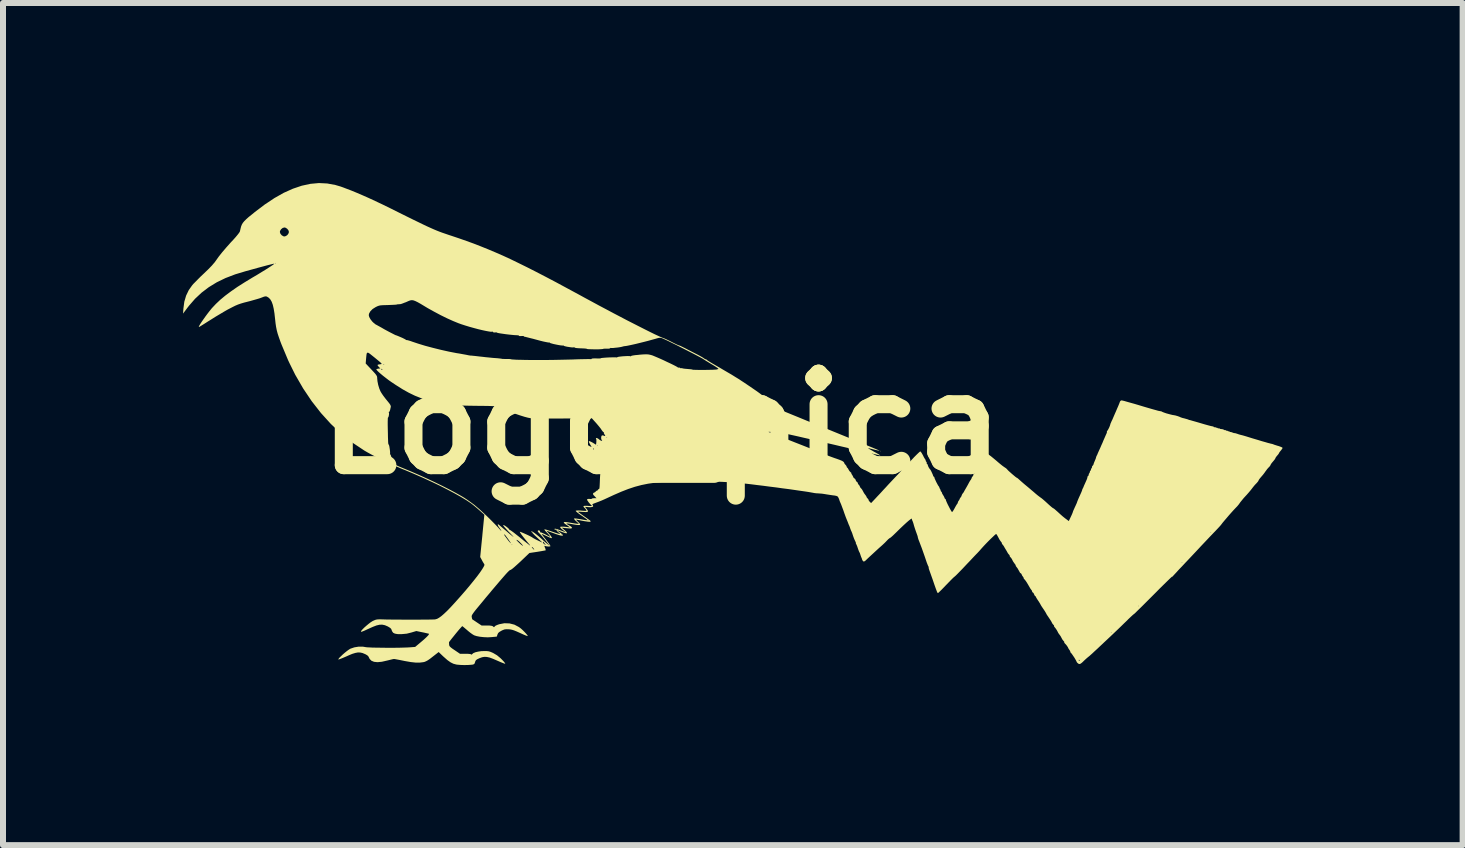
<source format=kicad_pcb>
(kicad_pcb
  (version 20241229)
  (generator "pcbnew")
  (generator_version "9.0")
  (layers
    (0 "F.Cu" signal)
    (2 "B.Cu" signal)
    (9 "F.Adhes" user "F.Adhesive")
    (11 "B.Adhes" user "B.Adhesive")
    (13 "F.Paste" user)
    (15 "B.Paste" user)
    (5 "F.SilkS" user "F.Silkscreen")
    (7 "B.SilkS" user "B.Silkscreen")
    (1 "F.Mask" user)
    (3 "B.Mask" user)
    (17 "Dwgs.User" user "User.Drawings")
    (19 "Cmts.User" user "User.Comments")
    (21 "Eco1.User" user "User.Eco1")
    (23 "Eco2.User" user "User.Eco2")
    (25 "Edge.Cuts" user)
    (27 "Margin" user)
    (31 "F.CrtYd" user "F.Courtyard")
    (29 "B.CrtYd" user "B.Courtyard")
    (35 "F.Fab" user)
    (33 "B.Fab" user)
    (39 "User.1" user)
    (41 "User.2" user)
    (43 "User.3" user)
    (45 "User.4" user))
  (footprint "Logo_pica"
    (layer "F.Cu")
    (at 7.976 4.011)
    (property "Reference" "Logo_pica" (at 0 0 0) (layer "F.SilkS") (effects (font (size 1.524 1.524) (thickness 0.3))))
    (attr board_only exclude_from_pos_files exclude_from_bom)
    (fp_poly (pts (xy 3.651 0.455) (xy 3.646 0.46) (xy 3.641 0.455) (xy 3.646 0.45)) (stroke (width 0) (type solid)) (fill yes) (layer "F.SilkS"))
    (fp_poly (pts (xy -5.574 -4.004) (xy -5.439 -3.979) (xy -5.35 -3.953) (xy -5.264 -3.921) (xy -5.177 -3.888) (xy -5.087 -3.851) (xy -4.991 -3.81) (xy -4.887 -3.764) (xy -4.775 -3.712) (xy -4.65 -3.653) (xy -4.513 -3.586) (xy -4.369 -3.514) (xy -4.25 -3.455) (xy -4.147 -3.404) (xy -4.058 -3.361) (xy -3.98 -3.323) (xy -3.913 -3.291) (xy -3.853 -3.264) (xy -3.799 -3.24) (xy -3.749 -3.219) (xy -3.701 -3.2) (xy -3.652 -3.182) (xy -3.602 -3.165) (xy -3.547 -3.146) (xy -3.504 -3.132) (xy -3.376 -3.089) (xy -3.253 -3.046) (xy -3.132 -3.002) (xy -3.014 -2.956) (xy -2.895 -2.908) (xy -2.774 -2.857) (xy -2.65 -2.803) (xy -2.522 -2.744) (xy -2.388 -2.679) (xy -2.246 -2.609) (xy -2.096 -2.533) (xy -1.934 -2.449) (xy -1.761 -2.358) (xy -1.574 -2.257) (xy -1.372 -2.148) (xy -1.281 -2.098) (xy -1.164 -2.035) (xy -1.046 -1.971) (xy -0.927 -1.908) (xy -0.809 -1.845) (xy -0.692 -1.784) (xy -0.58 -1.725) (xy -0.472 -1.67) (xy -0.37 -1.618) (xy -0.277 -1.571) (xy -0.193 -1.529) (xy -0.12 -1.493) (xy -0.059 -1.465) (xy -0.011 -1.443) (xy 0.021 -1.43) (xy 0.034 -1.426) (xy 0.046 -1.421) (xy 0.073 -1.409) (xy 0.111 -1.391) (xy 0.155 -1.369) (xy 0.168 -1.362) (xy 0.212 -1.34) (xy 0.249 -1.322) (xy 0.276 -1.31) (xy 0.289 -1.305) (xy 0.29 -1.306) (xy 0.298 -1.303) (xy 0.321 -1.293) (xy 0.355 -1.276) (xy 0.398 -1.255) (xy 0.411 -1.248) (xy 0.465 -1.22) (xy 0.521 -1.191) (xy 0.572 -1.165) (xy 0.611 -1.145) (xy 0.649 -1.124) (xy 0.682 -1.105) (xy 0.705 -1.089) (xy 0.71 -1.086) (xy 0.724 -1.075) (xy 0.73 -1.076) (xy 0.736 -1.076) (xy 0.752 -1.065) (xy 0.753 -1.063) (xy 0.768 -1.052) (xy 0.798 -1.033) (xy 0.839 -1.008) (xy 0.889 -0.979) (xy 0.944 -0.947) (xy 0.955 -0.941) (xy 1.021 -0.902) (xy 1.093 -0.86) (xy 1.165 -0.818) (xy 1.229 -0.778) (xy 1.272 -0.752) (xy 1.318 -0.722) (xy 1.37 -0.688) (xy 1.425 -0.651) (xy 1.481 -0.613) (xy 1.535 -0.576) (xy 1.586 -0.541) (xy 1.63 -0.509) (xy 1.665 -0.483) (xy 1.688 -0.465) (xy 1.698 -0.455) (xy 1.698 -0.455) (xy 1.688 -0.452) (xy 1.662 -0.448) (xy 1.625 -0.442) (xy 1.601 -0.439) (xy 1.559 -0.433) (xy 1.533 -0.429) (xy 1.522 -0.425) (xy 1.523 -0.42) (xy 1.532 -0.415) (xy 1.544 -0.409) (xy 1.574 -0.397) (xy 1.619 -0.378) (xy 1.68 -0.353) (xy 1.754 -0.323) (xy 1.841 -0.287) (xy 1.939 -0.247) (xy 2.047 -0.203) (xy 2.164 -0.155) (xy 2.289 -0.104) (xy 2.42 -0.05) (xy 2.557 0.005) (xy 2.594 0.02) (xy 2.731 0.076) (xy 2.862 0.13) (xy 2.987 0.181) (xy 3.105 0.229) (xy 3.213 0.274) (xy 3.312 0.314) (xy 3.399 0.351) (xy 3.474 0.382) (xy 3.535 0.407) (xy 3.582 0.427) (xy 3.613 0.44) (xy 3.627 0.447) (xy 3.628 0.447) (xy 3.623 0.448) (xy 3.61 0.446) (xy 3.587 0.441) (xy 3.551 0.433) (xy 3.5 0.42) (xy 3.436 0.404) (xy 3.437 0.407) (xy 3.452 0.417) (xy 3.48 0.433) (xy 3.518 0.454) (xy 3.523 0.458) (xy 3.579 0.488) (xy 3.617 0.51) (xy 3.638 0.524) (xy 3.641 0.529) (xy 3.631 0.526) (xy 3.619 0.523) (xy 3.59 0.516) (xy 3.543 0.505) (xy 3.481 0.491) (xy 3.406 0.473) (xy 3.318 0.453) (xy 3.22 0.43) (xy 3.112 0.405) (xy 2.995 0.378) (xy 2.873 0.349) (xy 2.769 0.325) (xy 2.62 0.291) (xy 2.488 0.26) (xy 2.373 0.234) (xy 2.274 0.211) (xy 2.189 0.192) (xy 2.117 0.176) (xy 2.056 0.163) (xy 2.006 0.153) (xy 1.966 0.145) (xy 1.933 0.139) (xy 1.906 0.135) (xy 1.885 0.133) (xy 1.867 0.132) (xy 1.852 0.132) (xy 1.85 0.132) (xy 1.777 0.135) (xy 2.216 0.309) (xy 2.308 0.345) (xy 2.397 0.38) (xy 2.48 0.413) (xy 2.555 0.443) (xy 2.62 0.47) (xy 2.673 0.491) (xy 2.712 0.507) (xy 2.731 0.515) (xy 2.775 0.533) (xy 2.829 0.553) (xy 2.884 0.573) (xy 2.906 0.58) (xy 2.964 0.601) (xy 3.005 0.618) (xy 3.029 0.634) (xy 3.04 0.649) (xy 3.041 0.655) (xy 3.048 0.669) (xy 3.061 0.683) (xy 3.076 0.701) (xy 3.081 0.715) (xy 3.086 0.729) (xy 3.09 0.73) (xy 3.099 0.739) (xy 3.111 0.759) (xy 3.111 0.761) (xy 3.127 0.787) (xy 3.145 0.806) (xy 3.158 0.816) (xy 3.158 0.82) (xy 3.158 0.827) (xy 3.167 0.845) (xy 3.171 0.849) (xy 3.184 0.872) (xy 3.191 0.888) (xy 3.191 0.889) (xy 3.199 0.902) (xy 3.211 0.91) (xy 3.227 0.926) (xy 3.231 0.938) (xy 3.239 0.957) (xy 3.252 0.968) (xy 3.265 0.981) (xy 3.267 0.989) (xy 3.27 1.001) (xy 3.282 1.016) (xy 3.296 1.033) (xy 3.301 1.046) (xy 3.308 1.062) (xy 3.317 1.071) (xy 3.335 1.092) (xy 3.343 1.105) (xy 3.371 1.157) (xy 3.395 1.189) (xy 3.408 1.207) (xy 3.411 1.217) (xy 3.418 1.231) (xy 3.431 1.245) (xy 3.444 1.261) (xy 3.446 1.27) (xy 3.45 1.281) (xy 3.464 1.298) (xy 3.465 1.299) (xy 3.488 1.321) (xy 3.557 1.248) (xy 3.594 1.208) (xy 3.633 1.167) (xy 3.666 1.131) (xy 3.676 1.12) (xy 3.698 1.096) (xy 3.731 1.061) (xy 3.771 1.017) (xy 3.817 0.968) (xy 3.865 0.917) (xy 3.881 0.9) (xy 3.937 0.841) (xy 3.998 0.776) (xy 4.06 0.71) (xy 4.117 0.649) (xy 4.166 0.598) (xy 4.207 0.554) (xy 4.244 0.517) (xy 4.275 0.487) (xy 4.297 0.467) (xy 4.308 0.46) (xy 4.308 0.46) (xy 4.318 0.469) (xy 4.333 0.491) (xy 4.35 0.522) (xy 4.352 0.525) (xy 4.368 0.558) (xy 4.383 0.583) (xy 4.392 0.595) (xy 4.392 0.596) (xy 4.398 0.607) (xy 4.397 0.61) (xy 4.399 0.622) (xy 4.406 0.63) (xy 4.416 0.647) (xy 4.415 0.656) (xy 4.416 0.668) (xy 4.421 0.67) (xy 4.43 0.678) (xy 4.432 0.686) (xy 4.437 0.704) (xy 4.449 0.729) (xy 4.464 0.752) (xy 4.472 0.76) (xy 4.481 0.774) (xy 4.494 0.799) (xy 4.507 0.828) (xy 4.518 0.853) (xy 4.522 0.868) (xy 4.522 0.868) (xy 4.528 0.879) (xy 4.532 0.88) (xy 4.541 0.888) (xy 4.542 0.894) (xy 4.546 0.909) (xy 4.558 0.936) (xy 4.573 0.969) (xy 4.59 1.001) (xy 4.604 1.027) (xy 4.614 1.041) (xy 4.615 1.041) (xy 4.624 1.056) (xy 4.625 1.063) (xy 4.634 1.083) (xy 4.641 1.094) (xy 4.648 1.107) (xy 4.647 1.11) (xy 4.646 1.117) (xy 4.657 1.13) (xy 4.668 1.145) (xy 4.669 1.15) (xy 4.67 1.158) (xy 4.68 1.176) (xy 4.687 1.187) (xy 4.702 1.212) (xy 4.711 1.232) (xy 4.712 1.237) (xy 4.718 1.249) (xy 4.722 1.25) (xy 4.731 1.258) (xy 4.732 1.262) (xy 4.736 1.278) (xy 4.747 1.305) (xy 4.763 1.34) (xy 4.782 1.377) (xy 4.801 1.414) (xy 4.818 1.444) (xy 4.831 1.465) (xy 4.837 1.471) (xy 4.846 1.462) (xy 4.861 1.44) (xy 4.878 1.41) (xy 4.88 1.406) (xy 4.898 1.373) (xy 4.913 1.348) (xy 4.922 1.335) (xy 4.923 1.335) (xy 4.931 1.321) (xy 4.932 1.315) (xy 4.938 1.296) (xy 4.947 1.283) (xy 4.959 1.265) (xy 4.963 1.255) (xy 4.969 1.241) (xy 4.978 1.229) (xy 4.992 1.209) (xy 4.996 1.197) (xy 5.004 1.177) (xy 5.013 1.163) (xy 5.029 1.143) (xy 5.036 1.13) (xy 5.045 1.113) (xy 5.06 1.087) (xy 5.067 1.075) (xy 5.087 1.04) (xy 5.108 1.002) (xy 5.114 0.99) (xy 5.13 0.961) (xy 5.144 0.939) (xy 5.15 0.932) (xy 5.16 0.914) (xy 5.162 0.906) (xy 5.169 0.889) (xy 5.177 0.88) (xy 5.19 0.861) (xy 5.192 0.849) (xy 5.196 0.834) (xy 5.202 0.83) (xy 5.207 0.829) (xy 5.214 0.822) (xy 5.223 0.807) (xy 5.236 0.782) (xy 5.256 0.744) (xy 5.274 0.708) (xy 5.291 0.676) (xy 5.307 0.651) (xy 5.317 0.641) (xy 5.33 0.622) (xy 5.332 0.61) (xy 5.339 0.589) (xy 5.347 0.58) (xy 5.36 0.564) (xy 5.362 0.556) (xy 5.367 0.545) (xy 5.412 0.545) (xy 5.417 0.55) (xy 5.422 0.545) (xy 5.417 0.54) (xy 5.412 0.545) (xy 5.367 0.545) (xy 5.369 0.542) (xy 5.383 0.52) (xy 5.387 0.516) (xy 5.403 0.498) (xy 5.415 0.493) (xy 5.429 0.5) (xy 5.434 0.504) (xy 5.485 0.541) (xy 5.529 0.577) (xy 5.577 0.617) (xy 5.601 0.638) (xy 5.638 0.669) (xy 5.674 0.698) (xy 5.703 0.719) (xy 5.712 0.725) (xy 5.736 0.741) (xy 5.751 0.755) (xy 5.754 0.758) (xy 5.762 0.768) (xy 5.781 0.787) (xy 5.808 0.811) (xy 5.837 0.837) (xy 5.867 0.862) (xy 5.892 0.883) (xy 5.911 0.897) (xy 5.918 0.9) (xy 5.918 0.9) (xy 5.925 0.904) (xy 5.942 0.918) (xy 5.963 0.937) (xy 5.998 0.968) (xy 6.036 1.001) (xy 6.055 1.017) (xy 6.083 1.04) (xy 6.12 1.071) (xy 6.161 1.106) (xy 6.192 1.132) (xy 6.23 1.165) (xy 6.265 1.194) (xy 6.294 1.216) (xy 6.309 1.227) (xy 6.33 1.242) (xy 6.359 1.266) (xy 6.392 1.295) (xy 6.403 1.305) (xy 6.453 1.351) (xy 6.491 1.384) (xy 6.515 1.403) (xy 6.529 1.41) (xy 6.529 1.411) (xy 6.539 1.417) (xy 6.559 1.434) (xy 6.586 1.458) (xy 6.592 1.463) (xy 6.641 1.508) (xy 6.683 1.545) (xy 6.723 1.577) (xy 6.745 1.593) (xy 6.782 1.621) (xy 6.813 1.555) (xy 6.829 1.521) (xy 6.841 1.493) (xy 6.847 1.478) (xy 6.847 1.477) (xy 6.852 1.461) (xy 6.862 1.436) (xy 6.867 1.426) (xy 6.883 1.39) (xy 6.899 1.356) (xy 6.901 1.351) (xy 6.912 1.327) (xy 6.918 1.312) (xy 6.918 1.311) (xy 6.925 1.291) (xy 6.938 1.259) (xy 6.953 1.225) (xy 6.976 1.174) (xy 6.992 1.138) (xy 7.001 1.115) (xy 7.005 1.103) (xy 7.005 1.1) (xy 7.009 1.089) (xy 7.016 1.075) (xy 7.025 1.058) (xy 7.028 1.05) (xy 7.032 1.039) (xy 7.042 1.016) (xy 7.046 1.008) (xy 7.067 0.961) (xy 7.081 0.929) (xy 7.089 0.907) (xy 7.092 0.893) (xy 7.093 0.886) (xy 7.098 0.872) (xy 7.103 0.87) (xy 7.111 0.862) (xy 7.113 0.851) (xy 7.117 0.832) (xy 7.123 0.825) (xy 7.131 0.811) (xy 7.133 0.8) (xy 7.137 0.784) (xy 7.144 0.78) (xy 7.151 0.773) (xy 7.15 0.768) (xy 7.153 0.751) (xy 7.16 0.742) (xy 7.169 0.727) (xy 7.168 0.721) (xy 7.17 0.709) (xy 7.178 0.7) (xy 7.19 0.685) (xy 7.193 0.678) (xy 7.197 0.663) (xy 7.206 0.639) (xy 7.207 0.637) (xy 7.224 0.597) (xy 7.234 0.571) (xy 7.237 0.556) (xy 7.238 0.555) (xy 7.243 0.539) (xy 7.248 0.53) (xy 7.256 0.515) (xy 7.258 0.51) (xy 7.262 0.499) (xy 7.272 0.476) (xy 7.277 0.465) (xy 7.307 0.399) (xy 7.328 0.35) (xy 7.342 0.32) (xy 7.344 0.315) (xy 7.359 0.278) (xy 7.378 0.235) (xy 7.395 0.196) (xy 7.408 0.167) (xy 7.409 0.166) (xy 7.417 0.144) (xy 7.417 0.129) (xy 7.417 0.129) (xy 7.418 0.12) (xy 7.42 0.12) (xy 7.428 0.112) (xy 7.44 0.091) (xy 7.454 0.064) (xy 7.465 0.037) (xy 7.472 0.016) (xy 7.473 0.011) (xy 7.477 -0.003) (xy 7.488 -0.027) (xy 7.494 -0.042) (xy 7.509 -0.072) (xy 7.52 -0.098) (xy 7.523 -0.105) (xy 7.532 -0.126) (xy 7.545 -0.156) (xy 7.551 -0.17) (xy 7.568 -0.208) (xy 7.586 -0.251) (xy 7.605 -0.294) (xy 7.621 -0.333) (xy 7.632 -0.362) (xy 7.636 -0.373) (xy 7.65 -0.387) (xy 7.662 -0.39) (xy 7.676 -0.387) (xy 7.707 -0.38) (xy 7.751 -0.367) (xy 7.808 -0.351) (xy 7.873 -0.333) (xy 7.944 -0.312) (xy 7.967 -0.305) (xy 8.04 -0.283) (xy 8.108 -0.263) (xy 8.167 -0.246) (xy 8.217 -0.232) (xy 8.253 -0.222) (xy 8.273 -0.216) (xy 8.275 -0.216) (xy 8.295 -0.212) (xy 8.303 -0.21) (xy 8.317 -0.209) (xy 8.317 -0.209) (xy 8.331 -0.204) (xy 8.332 -0.203) (xy 8.345 -0.196) (xy 8.371 -0.186) (xy 8.406 -0.174) (xy 8.446 -0.163) (xy 8.484 -0.153) (xy 8.515 -0.146) (xy 8.524 -0.145) (xy 8.557 -0.139) (xy 8.592 -0.129) (xy 8.623 -0.118) (xy 8.638 -0.111) (xy 8.653 -0.105) (xy 8.68 -0.096) (xy 8.703 -0.091) (xy 8.735 -0.082) (xy 8.76 -0.075) (xy 8.768 -0.072) (xy 8.787 -0.064) (xy 8.793 -0.063) (xy 8.807 -0.06) (xy 8.837 -0.051) (xy 8.88 -0.039) (xy 8.932 -0.024) (xy 8.99 -0.007) (xy 8.993 -0.006) (xy 9.051 0.011) (xy 9.102 0.025) (xy 9.143 0.036) (xy 9.172 0.042) (xy 9.185 0.044) (xy 9.186 0.044) (xy 9.193 0.046) (xy 9.194 0.05) (xy 9.201 0.058) (xy 9.208 0.057) (xy 9.224 0.057) (xy 9.229 0.061) (xy 9.241 0.066) (xy 9.244 0.065) (xy 9.256 0.067) (xy 9.259 0.071) (xy 9.273 0.077) (xy 9.28 0.076) (xy 9.292 0.076) (xy 9.294 0.079) (xy 9.302 0.085) (xy 9.323 0.088) (xy 9.324 0.088) (xy 9.351 0.092) (xy 9.369 0.101) (xy 9.381 0.107) (xy 9.384 0.105) (xy 9.39 0.104) (xy 9.399 0.11) (xy 9.411 0.117) (xy 9.414 0.115) (xy 9.42 0.114) (xy 9.429 0.12) (xy 9.441 0.127) (xy 9.444 0.125) (xy 9.45 0.124) (xy 9.459 0.13) (xy 9.471 0.138) (xy 9.474 0.137) (xy 9.482 0.137) (xy 9.502 0.143) (xy 9.509 0.146) (xy 9.531 0.154) (xy 9.543 0.156) (xy 9.544 0.156) (xy 9.552 0.156) (xy 9.573 0.162) (xy 9.586 0.166) (xy 9.617 0.177) (xy 9.643 0.184) (xy 9.649 0.186) (xy 9.668 0.19) (xy 9.7 0.199) (xy 9.734 0.209) (xy 9.84 0.242) (xy 9.928 0.268) (xy 10 0.29) (xy 10.057 0.306) (xy 10.101 0.319) (xy 10.133 0.327) (xy 10.154 0.333) (xy 10.164 0.334) (xy 10.184 0.34) (xy 10.189 0.342) (xy 10.203 0.348) (xy 10.231 0.357) (xy 10.266 0.368) (xy 10.272 0.369) (xy 10.306 0.381) (xy 10.332 0.392) (xy 10.344 0.401) (xy 10.344 0.402) (xy 10.338 0.415) (xy 10.322 0.437) (xy 10.314 0.447) (xy 10.296 0.469) (xy 10.285 0.486) (xy 10.284 0.489) (xy 10.278 0.501) (xy 10.262 0.521) (xy 10.254 0.53) (xy 10.236 0.552) (xy 10.225 0.57) (xy 10.224 0.574) (xy 10.218 0.587) (xy 10.201 0.609) (xy 10.184 0.629) (xy 10.162 0.655) (xy 10.148 0.676) (xy 10.144 0.685) (xy 10.137 0.699) (xy 10.121 0.719) (xy 10.113 0.726) (xy 10.087 0.755) (xy 10.064 0.787) (xy 10.061 0.79) (xy 10.043 0.816) (xy 10.018 0.849) (xy 9.992 0.879) (xy 9.968 0.907) (xy 9.951 0.93) (xy 9.944 0.944) (xy 9.944 0.944) (xy 9.937 0.958) (xy 9.92 0.979) (xy 9.909 0.991) (xy 9.882 1.019) (xy 9.853 1.054) (xy 9.837 1.075) (xy 9.813 1.106) (xy 9.781 1.144) (xy 9.746 1.184) (xy 9.731 1.2) (xy 9.697 1.237) (xy 9.665 1.276) (xy 9.639 1.308) (xy 9.631 1.32) (xy 9.609 1.35) (xy 9.587 1.376) (xy 9.578 1.385) (xy 9.556 1.408) (xy 9.525 1.441) (xy 9.489 1.481) (xy 9.45 1.525) (xy 9.411 1.571) (xy 9.375 1.613) (xy 9.344 1.65) (xy 9.323 1.678) (xy 9.314 1.689) (xy 9.304 1.701) (xy 9.283 1.724) (xy 9.254 1.755) (xy 9.22 1.791) (xy 9.217 1.794) (xy 9.183 1.829) (xy 9.139 1.875) (xy 9.089 1.928) (xy 9.035 1.985) (xy 8.981 2.042) (xy 8.959 2.066) (xy 8.902 2.127) (xy 8.839 2.194) (xy 8.776 2.261) (xy 8.716 2.324) (xy 8.665 2.379) (xy 8.654 2.39) (xy 8.612 2.434) (xy 8.575 2.475) (xy 8.544 2.508) (xy 8.522 2.532) (xy 8.511 2.544) (xy 8.511 2.545) (xy 8.504 2.55) (xy 8.504 2.546) (xy 8.497 2.551) (xy 8.477 2.569) (xy 8.447 2.598) (xy 8.406 2.638) (xy 8.357 2.686) (xy 8.301 2.741) (xy 8.24 2.803) (xy 8.189 2.854) (xy 8.123 2.92) (xy 8.062 2.981) (xy 8.007 3.036) (xy 7.959 3.083) (xy 7.919 3.122) (xy 7.89 3.151) (xy 7.872 3.167) (xy 7.867 3.171) (xy 7.857 3.178) (xy 7.837 3.196) (xy 7.807 3.224) (xy 7.771 3.258) (xy 7.754 3.276) (xy 7.706 3.322) (xy 7.654 3.373) (xy 7.603 3.422) (xy 7.56 3.463) (xy 7.558 3.465) (xy 7.512 3.509) (xy 7.46 3.558) (xy 7.41 3.605) (xy 7.383 3.63) (xy 7.313 3.696) (xy 7.256 3.75) (xy 7.21 3.792) (xy 7.175 3.825) (xy 7.147 3.85) (xy 7.127 3.868) (xy 7.112 3.88) (xy 7.108 3.883) (xy 7.083 3.904) (xy 7.053 3.931) (xy 7.039 3.944) (xy 7.005 3.977) (xy 6.981 3.996) (xy 6.962 4.003) (xy 6.947 4) (xy 6.935 3.992) (xy 6.919 3.977) (xy 6.913 3.967) (xy 6.908 3.954) (xy 6.899 3.938) (xy 6.946 3.938) (xy 6.948 3.942) (xy 6.957 3.951) (xy 6.958 3.952) (xy 6.963 3.944) (xy 6.963 3.942) (xy 6.955 3.932) (xy 6.952 3.932) (xy 6.946 3.938) (xy 6.899 3.938) (xy 6.894 3.929) (xy 6.876 3.898) (xy 6.855 3.867) (xy 6.836 3.839) (xy 6.821 3.82) (xy 6.815 3.814) (xy 6.807 3.805) (xy 6.808 3.802) (xy 6.805 3.789) (xy 6.794 3.77) (xy 6.793 3.769) (xy 6.779 3.749) (xy 6.773 3.737) (xy 6.773 3.737) (xy 6.767 3.724) (xy 6.753 3.702) (xy 6.736 3.68) (xy 6.72 3.663) (xy 6.715 3.658) (xy 6.706 3.647) (xy 6.707 3.642) (xy 6.706 3.636) (xy 7.313 3.636) (xy 7.318 3.641) (xy 7.323 3.636) (xy 7.318 3.631) (xy 7.313 3.636) (xy 6.706 3.636) (xy 6.705 3.63) (xy 6.696 3.62) (xy 6.679 3.6) (xy 6.671 3.587) (xy 6.645 3.538) (xy 6.62 3.504) (xy 6.607 3.486) (xy 6.602 3.476) (xy 7.483 3.476) (xy 7.488 3.481) (xy 7.493 3.476) (xy 7.488 3.471) (xy 7.483 3.476) (xy 6.602 3.476) (xy 6.594 3.46) (xy 6.58 3.435) (xy 6.563 3.41) (xy 6.548 3.391) (xy 6.543 3.386) (xy 6.536 3.375) (xy 6.537 3.372) (xy 6.535 3.36) (xy 6.526 3.35) (xy 6.509 3.33) (xy 6.502 3.317) (xy 6.495 3.302) (xy 6.485 3.285) (xy 6.471 3.263) (xy 6.449 3.23) (xy 6.435 3.209) (xy 6.417 3.183) (xy 6.406 3.163) (xy 6.403 3.156) (xy 6.397 3.146) (xy 6.384 3.124) (xy 6.37 3.103) (xy 6.343 3.063) (xy 6.325 3.036) (xy 7.943 3.036) (xy 7.948 3.041) (xy 7.953 3.036) (xy 7.948 3.031) (xy 7.943 3.036) (xy 6.325 3.036) (xy 6.325 3.036) (xy 6.314 3.017) (xy 6.307 3.004) (xy 6.306 3.001) (xy 6.296 2.985) (xy 6.28 2.959) (xy 6.266 2.939) (xy 6.248 2.911) (xy 6.236 2.89) (xy 6.232 2.881) (xy 6.226 2.871) (xy 6.223 2.871) (xy 6.214 2.863) (xy 6.204 2.842) (xy 6.204 2.841) (xy 6.194 2.82) (xy 6.183 2.811) (xy 6.183 2.811) (xy 6.173 2.803) (xy 6.172 2.797) (xy 6.166 2.778) (xy 6.159 2.769) (xy 6.145 2.751) (xy 6.132 2.729) (xy 6.107 2.686) (xy 6.084 2.647) (xy 6.063 2.616) (xy 6.048 2.596) (xy 6.042 2.591) (xy 6.033 2.583) (xy 6.032 2.577) (xy 6.026 2.558) (xy 6.019 2.549) (xy 6.004 2.528) (xy 5.998 2.513) (xy 5.989 2.496) (xy 5.981 2.491) (xy 5.97 2.483) (xy 5.962 2.468) (xy 5.928 2.408) (xy 5.907 2.381) (xy 5.897 2.367) (xy 5.897 2.361) (xy 5.898 2.355) (xy 5.887 2.341) (xy 5.869 2.316) (xy 8.663 2.316) (xy 8.668 2.321) (xy 8.673 2.316) (xy 8.668 2.311) (xy 8.663 2.316) (xy 5.869 2.316) (xy 5.853 2.293) (xy 5.834 2.255) (xy 5.819 2.232) (xy 5.808 2.222) (xy 5.798 2.208) (xy 5.797 2.201) (xy 5.795 2.189) (xy 5.786 2.18) (xy 5.769 2.16) (xy 5.761 2.146) (xy 5.749 2.124) (xy 5.733 2.097) (xy 5.732 2.096) (xy 5.717 2.071) (xy 5.706 2.052) (xy 5.706 2.051) (xy 5.695 2.033) (xy 5.679 2.013) (xy 5.667 1.998) (xy 5.667 1.991) (xy 5.667 1.991) (xy 5.667 1.985) (xy 5.657 1.971) (xy 5.643 1.953) (xy 5.628 1.931) (xy 5.611 1.899) (xy 5.597 1.873) (xy 5.584 1.85) (xy 5.573 1.837) (xy 5.572 1.836) (xy 5.563 1.841) (xy 5.543 1.858) (xy 5.515 1.885) (xy 5.48 1.918) (xy 5.443 1.955) (xy 5.405 1.994) (xy 5.369 2.032) (xy 5.338 2.066) (xy 5.321 2.085) (xy 5.294 2.116) (xy 5.266 2.146) (xy 5.257 2.156) (xy 5.242 2.171) (xy 5.215 2.199) (xy 5.179 2.237) (xy 5.137 2.282) (xy 5.09 2.331) (xy 5.057 2.366) (xy 5.01 2.416) (xy 4.967 2.46) (xy 4.93 2.498) (xy 4.901 2.527) (xy 4.882 2.544) (xy 4.876 2.549) (xy 4.866 2.557) (xy 4.845 2.577) (xy 4.815 2.607) (xy 4.778 2.645) (xy 4.738 2.686) (xy 4.697 2.729) (xy 4.661 2.766) (xy 4.631 2.795) (xy 4.611 2.814) (xy 4.602 2.821) (xy 4.598 2.819) (xy 4.593 2.813) (xy 4.586 2.799) (xy 4.577 2.775) (xy 4.563 2.738) (xy 4.545 2.687) (xy 4.531 2.646) (xy 4.513 2.593) (xy 4.494 2.54) (xy 4.477 2.492) (xy 4.468 2.467) (xy 4.456 2.433) (xy 4.448 2.406) (xy 4.447 2.391) (xy 4.447 2.391) (xy 4.446 2.38) (xy 4.444 2.379) (xy 4.438 2.369) (xy 4.428 2.344) (xy 4.414 2.308) (xy 4.405 2.281) (xy 4.38 2.207) (xy 4.355 2.136) (xy 4.332 2.071) (xy 4.311 2.016) (xy 4.295 1.974) (xy 4.289 1.958) (xy 4.277 1.928) (xy 4.269 1.902) (xy 4.268 1.898) (xy 4.263 1.873) (xy 4.259 1.861) (xy 4.24 1.808) (xy 4.239 1.806) (xy 9.144 1.806) (xy 9.149 1.811) (xy 9.154 1.806) (xy 9.149 1.801) (xy 9.144 1.806) (xy 4.239 1.806) (xy 4.22 1.751) (xy 4.203 1.698) (xy 4.196 1.671) (xy 4.186 1.639) (xy 4.176 1.614) (xy 4.171 1.605) (xy 4.167 1.591) (xy 4.169 1.586) (xy 4.168 1.581) (xy 4.159 1.582) (xy 4.144 1.591) (xy 4.117 1.612) (xy 4.078 1.646) (xy 4.03 1.69) (xy 3.973 1.744) (xy 3.91 1.806) (xy 3.882 1.833) (xy 3.852 1.862) (xy 3.826 1.885) (xy 3.809 1.899) (xy 3.804 1.901) (xy 3.793 1.908) (xy 3.772 1.925) (xy 3.75 1.948) (xy 3.717 1.982) (xy 3.681 2.016) (xy 3.661 2.034) (xy 3.62 2.07) (xy 3.571 2.115) (xy 3.519 2.163) (xy 3.468 2.21) (xy 3.425 2.25) (xy 3.418 2.257) (xy 3.392 2.282) (xy 3.375 2.293) (xy 3.364 2.295) (xy 3.355 2.289) (xy 3.341 2.27) (xy 3.338 2.26) (xy 3.332 2.24) (xy 3.33 2.236) (xy 3.323 2.221) (xy 3.314 2.195) (xy 3.311 2.186) (xy 3.302 2.158) (xy 3.293 2.139) (xy 3.291 2.136) (xy 3.284 2.121) (xy 3.274 2.094) (xy 3.266 2.071) (xy 3.255 2.038) (xy 3.244 2.013) (xy 3.239 2.003) (xy 3.233 1.993) (xy 3.235 1.991) (xy 3.235 1.983) (xy 3.227 1.963) (xy 3.22 1.949) (xy 3.204 1.913) (xy 3.189 1.872) (xy 3.184 1.857) (xy 3.174 1.826) (xy 3.165 1.803) (xy 3.162 1.796) (xy 3.154 1.78) (xy 3.144 1.754) (xy 3.141 1.746) (xy 3.132 1.718) (xy 3.124 1.699) (xy 3.123 1.696) (xy 3.116 1.682) (xy 3.116 1.681) (xy 3.111 1.669) (xy 3.102 1.645) (xy 3.091 1.617) (xy 3.084 1.601) (xy 3.078 1.585) (xy 3.076 1.581) (xy 3.071 1.568) (xy 3.068 1.561) (xy 3.061 1.542) (xy 3.051 1.514) (xy 3.046 1.501) (xy 3.025 1.44) (xy 3.008 1.395) (xy 2.996 1.363) (xy 2.987 1.339) (xy 2.979 1.321) (xy 2.976 1.314) (xy 2.966 1.291) (xy 2.961 1.276) (xy 2.961 1.276) (xy 2.957 1.263) (xy 2.948 1.24) (xy 2.945 1.235) (xy 2.937 1.219) (xy 2.927 1.209) (xy 2.91 1.202) (xy 2.883 1.196) (xy 2.843 1.191) (xy 2.796 1.184) (xy 2.75 1.177) (xy 2.714 1.171) (xy 2.708 1.17) (xy 2.667 1.164) (xy 2.625 1.161) (xy 2.615 1.16) (xy 2.575 1.158) (xy 2.535 1.153) (xy 2.528 1.151) (xy 2.494 1.145) (xy 2.443 1.136) (xy 2.377 1.126) (xy 2.299 1.115) (xy 2.21 1.102) (xy 2.113 1.088) (xy 2.01 1.075) (xy 1.904 1.06) (xy 1.798 1.047) (xy 1.693 1.033) (xy 1.592 1.021) (xy 1.498 1.009) (xy 1.412 0.999) (xy 1.338 0.991) (xy 1.277 0.984) (xy 1.235 0.981) (xy 1.131 0.974) (xy 1.015 0.968) (xy 0.892 0.963) (xy 0.765 0.959) (xy 0.637 0.956) (xy 0.513 0.954) (xy 0.397 0.954) (xy 0.291 0.955) (xy 0.201 0.958) (xy 0.174 0.959) (xy 0.026 0.968) (xy -0.106 0.981) (xy -0.227 0.998) (xy -0.34 1.021) (xy -0.449 1.05) (xy -0.56 1.087) (xy -0.675 1.132) (xy -0.799 1.186) (xy -0.84 1.205) (xy -0.896 1.231) (xy -0.95 1.256) (xy -0.998 1.277) (xy -1.035 1.292) (xy -1.05 1.298) (xy -1.098 1.316) (xy -1.13 1.328) (xy -1.148 1.336) (xy -1.156 1.343) (xy -1.156 1.348) (xy -1.151 1.355) (xy -1.15 1.356) (xy -1.142 1.374) (xy -1.154 1.385) (xy -1.183 1.39) (xy -1.219 1.389) (xy -1.279 1.384) (xy -1.249 1.422) (xy -1.233 1.445) (xy -1.229 1.459) (xy -1.238 1.468) (xy -1.262 1.471) (xy -1.304 1.469) (xy -1.329 1.468) (xy -1.367 1.465) (xy -1.388 1.465) (xy -1.394 1.467) (xy -1.389 1.473) (xy -1.381 1.479) (xy -1.361 1.493) (xy -1.331 1.514) (xy -1.297 1.539) (xy -1.291 1.543) (xy -1.257 1.567) (xy -1.226 1.59) (xy -1.204 1.605) (xy -1.202 1.606) (xy -1.186 1.62) (xy -1.185 1.629) (xy -1.199 1.633) (xy -1.23 1.631) (xy -1.279 1.624) (xy -1.326 1.616) (xy -1.22 1.616) (xy -1.215 1.621) (xy -1.21 1.616) (xy -1.215 1.611) (xy -1.22 1.616) (xy -1.326 1.616) (xy -1.345 1.612) (xy -1.423 1.596) (xy -1.425 1.6) (xy -1.415 1.614) (xy -1.393 1.635) (xy -1.393 1.636) (xy -1.369 1.659) (xy -1.359 1.675) (xy -1.362 1.684) (xy -1.381 1.687) (xy -1.416 1.685) (xy -1.469 1.677) (xy -1.491 1.673) (xy -1.541 1.664) (xy -1.573 1.661) (xy -1.587 1.662) (xy -1.584 1.669) (xy -1.565 1.681) (xy -1.54 1.695) (xy -1.514 1.711) (xy -1.498 1.726) (xy -1.496 1.732) (xy -1.499 1.74) (xy -1.511 1.744) (xy -1.534 1.744) (xy -1.573 1.741) (xy -1.606 1.738) (xy -1.666 1.731) (xy -1.616 1.774) (xy -1.589 1.801) (xy -1.578 1.818) (xy -1.585 1.825) (xy -1.609 1.821) (xy -1.65 1.808) (xy -1.665 1.802) (xy -1.7 1.789) (xy -1.726 1.78) (xy -1.74 1.776) (xy -1.741 1.776) (xy -1.733 1.783) (xy -1.714 1.798) (xy -1.689 1.816) (xy -1.66 1.839) (xy -1.648 1.854) (xy -1.649 1.863) (xy -1.661 1.865) (xy -1.686 1.861) (xy -1.726 1.85) (xy -1.737 1.846) (xy -1.681 1.846) (xy -1.676 1.851) (xy -1.671 1.846) (xy -1.676 1.841) (xy -1.681 1.846) (xy -1.737 1.846) (xy -1.782 1.831) (xy -1.791 1.827) (xy -1.922 1.781) (xy -1.871 1.84) (xy -1.848 1.869) (xy -1.834 1.891) (xy -1.829 1.904) (xy -1.83 1.905) (xy -1.843 1.904) (xy -1.869 1.895) (xy -1.903 1.879) (xy -1.92 1.871) (xy -1.956 1.854) (xy -1.983 1.841) (xy -1.999 1.836) (xy -2.001 1.836) (xy -1.995 1.845) (xy -1.979 1.867) (xy -1.955 1.898) (xy -1.926 1.935) (xy -1.925 1.936) (xy -1.897 1.973) (xy -1.874 2.005) (xy -1.859 2.028) (xy -1.854 2.039) (xy -1.854 2.039) (xy -1.867 2.044) (xy -1.892 2.045) (xy -1.919 2.042) (xy -1.943 2.036) (xy -1.943 2.036) (xy -1.954 2.033) (xy -1.955 2.039) (xy -1.949 2.057) (xy -1.945 2.066) (xy -1.936 2.09) (xy -1.934 2.106) (xy -1.934 2.108) (xy -1.946 2.111) (xy -1.973 2.116) (xy -2.012 2.123) (xy -2.06 2.131) (xy -2.072 2.133) (xy -2.205 2.153) (xy -2.354 2.295) (xy -2.412 2.348) (xy -2.459 2.39) (xy -2.494 2.419) (xy -2.517 2.434) (xy -2.524 2.436) (xy -2.533 2.44) (xy -2.549 2.454) (xy -2.573 2.478) (xy -2.605 2.513) (xy -2.646 2.56) (xy -2.698 2.62) (xy -2.76 2.693) (xy -2.834 2.78) (xy -2.859 2.811) (xy -2.931 2.896) (xy -2.99 2.968) (xy -3.039 3.027) (xy -3.078 3.074) (xy -3.109 3.112) (xy -3.132 3.142) (xy -3.148 3.165) (xy -3.159 3.182) (xy -3.165 3.195) (xy -3.167 3.205) (xy -3.167 3.213) (xy -3.166 3.221) (xy -3.161 3.244) (xy -3.158 3.257) (xy -3.158 3.257) (xy -3.149 3.263) (xy -3.128 3.277) (xy -3.098 3.297) (xy -3.079 3.31) (xy -3.002 3.361) (xy -2.915 3.361) (xy -2.868 3.362) (xy -2.837 3.366) (xy -2.817 3.372) (xy -2.81 3.378) (xy -2.796 3.389) (xy -2.789 3.385) (xy -2.785 3.378) (xy -2.772 3.366) (xy -2.745 3.353) (xy -2.709 3.34) (xy -2.622 3.323) (xy -2.537 3.326) (xy -2.455 3.347) (xy -2.379 3.387) (xy -2.346 3.412) (xy -2.316 3.439) (xy -2.287 3.468) (xy -2.261 3.496) (xy -2.242 3.519) (xy -2.233 3.534) (xy -2.233 3.537) (xy -2.244 3.535) (xy -2.269 3.526) (xy -2.305 3.511) (xy -2.349 3.491) (xy -2.362 3.485) (xy -2.418 3.46) (xy -2.46 3.443) (xy -2.495 3.432) (xy -2.526 3.426) (xy -2.551 3.424) (xy -2.591 3.423) (xy -2.622 3.427) (xy -2.653 3.439) (xy -2.671 3.448) (xy -2.705 3.468) (xy -2.725 3.486) (xy -2.737 3.509) (xy -2.737 3.511) (xy -2.749 3.546) (xy -2.832 3.554) (xy -2.898 3.558) (xy -2.966 3.555) (xy -3.031 3.548) (xy -3.087 3.537) (xy -3.129 3.523) (xy -3.13 3.522) (xy -3.156 3.506) (xy -3.191 3.481) (xy -3.228 3.451) (xy -3.245 3.436) (xy -3.277 3.409) (xy -3.303 3.387) (xy -3.32 3.374) (xy -3.324 3.371) (xy -3.332 3.379) (xy -3.35 3.399) (xy -3.376 3.428) (xy -3.406 3.464) (xy -3.438 3.503) (xy -3.47 3.543) (xy -3.5 3.58) (xy -3.524 3.611) (xy -3.54 3.632) (xy -3.545 3.642) (xy -3.544 3.658) (xy -3.543 3.681) (xy -3.54 3.696) (xy -3.532 3.71) (xy -3.514 3.727) (xy -3.485 3.749) (xy -3.452 3.771) (xy -3.362 3.832) (xy -3.272 3.832) (xy -3.225 3.833) (xy -3.192 3.836) (xy -3.176 3.842) (xy -3.175 3.843) (xy -3.167 3.847) (xy -3.16 3.839) (xy -3.141 3.822) (xy -3.106 3.807) (xy -3.059 3.796) (xy -3.005 3.788) (xy -2.961 3.787) (xy -2.916 3.787) (xy -2.883 3.791) (xy -2.853 3.8) (xy -2.818 3.815) (xy -2.806 3.821) (xy -2.745 3.857) (xy -2.685 3.907) (xy -2.667 3.925) (xy -2.638 3.955) (xy -2.618 3.979) (xy -2.608 3.995) (xy -2.608 3.999) (xy -2.62 3.996) (xy -2.647 3.986) (xy -2.685 3.971) (xy -2.73 3.951) (xy -2.742 3.946) (xy -2.811 3.916) (xy -2.868 3.895) (xy -2.914 3.885) (xy -2.955 3.883) (xy -2.994 3.89) (xy -3.035 3.905) (xy -3.04 3.907) (xy -3.074 3.923) (xy -3.094 3.937) (xy -3.105 3.953) (xy -3.111 3.972) (xy -3.118 3.993) (xy -3.129 4.005) (xy -3.148 4.012) (xy -3.174 4.015) (xy -3.229 4.019) (xy -3.292 4.02) (xy -3.356 4.018) (xy -3.411 4.013) (xy -3.424 4.011) (xy -3.472 3.998) (xy -3.52 3.974) (xy -3.573 3.936) (xy -3.633 3.883) (xy -3.641 3.876) (xy -3.717 3.803) (xy -3.817 3.881) (xy -3.862 3.916) (xy -3.897 3.94) (xy -3.926 3.956) (xy -3.952 3.967) (xy -3.974 3.972) (xy -4.031 3.979) (xy -4.1 3.979) (xy -4.182 3.97) (xy -4.28 3.953) (xy -4.319 3.945) (xy -4.368 3.935) (xy -4.411 3.927) (xy -4.443 3.921) (xy -4.461 3.919) (xy -4.462 3.919) (xy -4.477 3.921) (xy -4.507 3.928) (xy -4.547 3.938) (xy -4.576 3.945) (xy -4.664 3.965) (xy -4.736 3.972) (xy -4.794 3.966) (xy -4.837 3.948) (xy -4.867 3.918) (xy -4.875 3.901) (xy -4.888 3.876) (xy -4.906 3.858) (xy -4.935 3.841) (xy -4.946 3.836) (xy -4.987 3.819) (xy -5.025 3.811) (xy -5.063 3.81) (xy -5.106 3.818) (xy -5.158 3.834) (xy -5.222 3.861) (xy -5.246 3.872) (xy -5.295 3.893) (xy -5.336 3.91) (xy -5.368 3.922) (xy -5.386 3.928) (xy -5.389 3.928) (xy -5.386 3.918) (xy -5.371 3.898) (xy -5.345 3.873) (xy -5.314 3.843) (xy -5.279 3.813) (xy -5.244 3.785) (xy -5.212 3.762) (xy -5.187 3.747) (xy -5.122 3.725) (xy -5.049 3.713) (xy -4.977 3.714) (xy -4.936 3.721) (xy -4.913 3.724) (xy -4.874 3.726) (xy -4.82 3.729) (xy -4.755 3.73) (xy -4.682 3.731) (xy -4.604 3.732) (xy -4.524 3.732) (xy -4.445 3.732) (xy -4.369 3.731) (xy -4.3 3.729) (xy -4.24 3.727) (xy -4.203 3.725) (xy -4.109 3.718) (xy -4.023 3.646) (xy -3.963 3.595) (xy -3.92 3.555) (xy -3.892 3.526) (xy -3.879 3.507) (xy -3.881 3.498) (xy -3.882 3.497) (xy -3.898 3.494) (xy -3.928 3.487) (xy -3.967 3.478) (xy -3.993 3.473) (xy -4.089 3.453) (xy -4.173 3.478) (xy -4.249 3.497) (xy -4.325 3.504) (xy -4.347 3.505) (xy -4.405 3.504) (xy -4.447 3.496) (xy -4.475 3.482) (xy -4.492 3.459) (xy -4.5 3.439) (xy -4.508 3.418) (xy -4.525 3.401) (xy -4.554 3.383) (xy -4.566 3.376) (xy -4.613 3.356) (xy -4.657 3.347) (xy -4.702 3.348) (xy -4.753 3.36) (xy -4.815 3.384) (xy -4.842 3.396) (xy -4.902 3.423) (xy -4.945 3.443) (xy -4.976 3.456) (xy -4.995 3.463) (xy -5.006 3.466) (xy -5.011 3.465) (xy -5.012 3.462) (xy -5.005 3.447) (xy -4.985 3.424) (xy -4.956 3.395) (xy -4.921 3.364) (xy -4.885 3.334) (xy -4.851 3.308) (xy -4.821 3.289) (xy -4.816 3.286) (xy -4.787 3.273) (xy -4.763 3.264) (xy -4.738 3.26) (xy -4.704 3.258) (xy -4.657 3.259) (xy -4.657 3.259) (xy -4.592 3.261) (xy -4.517 3.262) (xy -4.436 3.263) (xy -4.349 3.263) (xy -4.26 3.264) (xy -4.172 3.264) (xy -4.086 3.264) (xy -4.005 3.263) (xy -3.933 3.263) (xy -3.87 3.262) (xy -3.821 3.261) (xy -3.787 3.26) (xy -3.771 3.258) (xy -3.743 3.25) (xy -3.711 3.232) (xy -3.673 3.205) (xy -3.629 3.167) (xy -3.577 3.118) (xy -3.516 3.055) (xy -3.446 2.979) (xy -3.365 2.888) (xy -3.348 2.869) (xy -3.268 2.777) (xy -3.196 2.691) (xy -3.131 2.611) (xy -3.075 2.54) (xy -3.029 2.478) (xy -2.993 2.425) (xy -2.968 2.384) (xy -2.955 2.356) (xy -2.956 2.341) (xy -2.967 2.324) (xy -2.984 2.296) (xy -2.996 2.273) (xy -3.025 2.22) (xy -3.009 2.057) (xy -2.165 2.057) (xy -2.154 2.072) (xy -2.151 2.076) (xy -2.134 2.093) (xy -2.124 2.101) (xy -2.124 2.101) (xy -2.126 2.094) (xy -2.136 2.076) (xy -2.137 2.076) (xy -2.152 2.058) (xy -2.164 2.051) (xy -2.165 2.057) (xy -3.009 2.057) (xy -3.005 2.016) (xy -2.501 2.016) (xy -2.496 2.021) (xy -2.491 2.016) (xy -2.496 2.011) (xy -2.501 2.016) (xy -3.005 2.016) (xy -2.99 1.868) (xy -2.988 1.844) (xy -2.627 1.844) (xy -2.624 1.853) (xy -2.611 1.873) (xy -2.591 1.9) (xy -2.569 1.93) (xy -2.547 1.958) (xy -2.528 1.979) (xy -2.516 1.99) (xy -2.514 1.991) (xy -2.517 1.983) (xy -2.53 1.964) (xy -2.549 1.936) (xy -2.549 1.936) (xy -2.421 1.936) (xy -2.414 1.946) (xy -2.397 1.964) (xy -2.374 1.986) (xy -2.35 2.008) (xy -2.328 2.025) (xy -2.314 2.035) (xy -2.312 2.035) (xy -2.316 2.026) (xy -2.33 2.008) (xy -2.347 1.99) (xy -2.375 1.962) (xy -2.399 1.943) (xy -2.415 1.934) (xy -2.421 1.936) (xy -2.549 1.936) (xy -2.551 1.933) (xy -2.574 1.901) (xy -2.594 1.874) (xy -2.607 1.856) (xy -2.62 1.844) (xy -2.627 1.844) (xy -2.988 1.844) (xy -2.956 1.515) (xy -3.038 1.442) (xy -3.079 1.406) (xy -3.122 1.37) (xy -3.161 1.339) (xy -3.178 1.326) (xy -3.252 1.276) (xy -3.343 1.221) (xy -3.449 1.161) (xy -3.568 1.098) (xy -3.698 1.032) (xy -3.836 0.966) (xy -3.982 0.899) (xy -4.132 0.833) (xy -4.286 0.768) (xy -4.307 0.76) (xy -4.355 0.74) (xy -4.398 0.721) (xy -4.43 0.707) (xy -4.449 0.697) (xy -4.452 0.695) (xy -4.479 0.679) (xy -4.525 0.658) (xy -4.589 0.631) (xy -4.659 0.602) (xy -4.739 0.564) (xy -4.822 0.521) (xy -4.902 0.477) (xy -4.954 0.447) (xy -5.151 0.316) (xy -5.337 0.168) (xy -5.513 0.003) (xy -5.678 -0.179) (xy -5.832 -0.376) (xy -5.975 -0.589) (xy -6.107 -0.817) (xy -6.2 -1.005) (xy -4.933 -1.005) (xy -4.838 -0.904) (xy -4.799 -0.862) (xy -4.772 -0.832) (xy -4.756 -0.81) (xy -4.746 -0.792) (xy -4.742 -0.776) (xy -4.742 -0.764) (xy -4.737 -0.71) (xy -4.725 -0.649) (xy -4.707 -0.589) (xy -4.688 -0.543) (xy -4.67 -0.512) (xy -4.644 -0.473) (xy -4.613 -0.432) (xy -4.6 -0.415) (xy -4.565 -0.372) (xy -4.54 -0.341) (xy -4.525 -0.319) (xy -4.517 -0.302) (xy -4.514 -0.287) (xy -4.517 -0.271) (xy -4.522 -0.25) (xy -4.522 -0.246) (xy -4.531 -0.216) (xy -4.54 -0.199) (xy -4.545 -0.197) (xy -4.55 -0.197) (xy -4.548 -0.191) (xy -4.544 -0.176) (xy -4.545 -0.153) (xy -4.549 -0.129) (xy -4.555 -0.11) (xy -4.561 -0.105) (xy -4.561 -0.105) (xy -4.564 -0.097) (xy -4.565 -0.072) (xy -4.566 -0.033) (xy -4.566 0.017) (xy -4.565 0.075) (xy -4.565 0.078) (xy -4.563 0.159) (xy -4.562 0.223) (xy -4.56 0.271) (xy -4.559 0.305) (xy -4.557 0.327) (xy -4.555 0.34) (xy -4.553 0.344) (xy -4.551 0.344) (xy -4.546 0.351) (xy -4.54 0.372) (xy -4.535 0.402) (xy -4.53 0.435) (xy -4.527 0.467) (xy -4.526 0.491) (xy -4.528 0.502) (xy -4.529 0.509) (xy -4.526 0.508) (xy -4.519 0.514) (xy -4.511 0.535) (xy -4.501 0.568) (xy -4.499 0.58) (xy -4.487 0.625) (xy -4.475 0.654) (xy -4.462 0.671) (xy -4.458 0.673) (xy -4.441 0.683) (xy -4.409 0.697) (xy -4.367 0.716) (xy -4.318 0.736) (xy -4.306 0.741) (xy -4.176 0.795) (xy -4.043 0.853) (xy -3.91 0.913) (xy -3.78 0.974) (xy -3.655 1.035) (xy -3.539 1.094) (xy -3.434 1.15) (xy -3.343 1.201) (xy -3.293 1.231) (xy -3.24 1.266) (xy -3.181 1.308) (xy -3.124 1.35) (xy -3.093 1.376) (xy -3.039 1.422) (xy -2.977 1.479) (xy -2.91 1.542) (xy -2.844 1.607) (xy -2.783 1.669) (xy -2.73 1.724) (xy -2.711 1.746) (xy -2.686 1.774) (xy -2.673 1.786) (xy -2.673 1.782) (xy -2.684 1.764) (xy -2.708 1.729) (xy -2.711 1.726) (xy -2.727 1.699) (xy -2.733 1.681) (xy -2.73 1.674) (xy -2.716 1.68) (xy -2.713 1.683) (xy -2.699 1.695) (xy -2.674 1.716) (xy -2.64 1.745) (xy -2.601 1.778) (xy -2.591 1.786) (xy -2.539 1.831) (xy -2.501 1.862) (xy -2.478 1.88) (xy -2.469 1.885) (xy -2.474 1.878) (xy -2.493 1.858) (xy -2.524 1.825) (xy -2.55 1.799) (xy -2.59 1.756) (xy -2.62 1.723) (xy -2.638 1.699) (xy -2.643 1.687) (xy -2.642 1.686) (xy -2.63 1.689) (xy -2.608 1.701) (xy -2.583 1.719) (xy -2.56 1.738) (xy -2.545 1.754) (xy -2.541 1.762) (xy -2.535 1.769) (xy -2.533 1.768) (xy -2.528 1.77) (xy -2.516 1.777) (xy -2.496 1.791) (xy -2.467 1.812) (xy -2.428 1.843) (xy -2.376 1.884) (xy -2.311 1.937) (xy -2.298 1.948) (xy -2.252 1.984) (xy -2.22 2.009) (xy -2.201 2.024) (xy -2.193 2.028) (xy -2.194 2.024) (xy -2.203 2.013) (xy -2.246 1.962) (xy -2.285 1.914) (xy -2.318 1.872) (xy -2.344 1.837) (xy -2.36 1.812) (xy -2.366 1.8) (xy -2.365 1.8) (xy -2.355 1.801) (xy -2.332 1.81) (xy -2.299 1.824) (xy -2.261 1.841) (xy -2.222 1.859) (xy -2.186 1.877) (xy -2.158 1.893) (xy -2.144 1.903) (xy -2.129 1.911) (xy -2.102 1.926) (xy -2.067 1.943) (xy -2.059 1.947) (xy -1.986 1.981) (xy -1.987 1.98) (xy -1.979 1.98) (xy -1.974 1.991) (xy -1.962 2.001) (xy -1.941 2.017) (xy -1.933 2.019) (xy -1.939 2.009) (xy -1.949 1.998) (xy -1.962 1.979) (xy -1.964 1.966) (xy -1.964 1.965) (xy -1.963 1.963) (xy -1.971 1.969) (xy -1.979 1.98) (xy -1.987 1.98) (xy -2.083 1.89) (xy -2.119 1.856) (xy -2.148 1.826) (xy -2.166 1.806) (xy -2.161 1.806) (xy -2.156 1.811) (xy -2.151 1.806) (xy -2.156 1.801) (xy -2.161 1.806) (xy -2.166 1.806) (xy -2.167 1.804) (xy -2.175 1.791) (xy -2.175 1.79) (xy -2.165 1.791) (xy -2.144 1.803) (xy -2.114 1.824) (xy -2.078 1.852) (xy -2.041 1.883) (xy -2.006 1.914) (xy -1.975 1.943) (xy -1.938 1.975) (xy -1.916 1.994) (xy -1.866 2.036) (xy -1.931 1.952) (xy -1.963 1.911) (xy -1.995 1.873) (xy -2.023 1.841) (xy -2.035 1.829) (xy -2.058 1.805) (xy -2.067 1.789) (xy -2.063 1.779) (xy -2.048 1.775) (xy -2.033 1.782) (xy -2.026 1.796) (xy -2.028 1.804) (xy -2.029 1.81) (xy -2.026 1.808) (xy -2.014 1.809) (xy -1.989 1.819) (xy -1.955 1.834) (xy -1.934 1.845) (xy -1.895 1.866) (xy -1.872 1.877) (xy -1.862 1.88) (xy -1.861 1.875) (xy -1.869 1.864) (xy -1.869 1.863) (xy -1.889 1.839) (xy -1.915 1.811) (xy -1.924 1.802) (xy -1.944 1.781) (xy -1.955 1.765) (xy -1.955 1.76) (xy -1.945 1.76) (xy -1.919 1.766) (xy -1.881 1.778) (xy -1.836 1.793) (xy -1.824 1.797) (xy -1.778 1.813) (xy -1.738 1.826) (xy -1.709 1.834) (xy -1.695 1.837) (xy -1.694 1.837) (xy -1.698 1.829) (xy -1.715 1.814) (xy -1.725 1.806) (xy -1.745 1.788) (xy -1.755 1.774) (xy -1.755 1.77) (xy -1.758 1.759) (xy -1.762 1.755) (xy -1.769 1.753) (xy -1.767 1.759) (xy -1.766 1.769) (xy -1.77 1.771) (xy -1.784 1.763) (xy -1.785 1.761) (xy -1.787 1.75) (xy -1.772 1.748) (xy -1.741 1.756) (xy -1.692 1.773) (xy -1.687 1.775) (xy -1.649 1.789) (xy -1.62 1.8) (xy -1.603 1.806) (xy -1.601 1.807) (xy -1.608 1.8) (xy -1.627 1.785) (xy -1.651 1.767) (xy -1.676 1.746) (xy -1.691 1.728) (xy -1.694 1.719) (xy -1.682 1.715) (xy -1.656 1.714) (xy -1.621 1.715) (xy -1.584 1.719) (xy -1.549 1.724) (xy -1.536 1.727) (xy -1.534 1.724) (xy -1.546 1.714) (xy -1.57 1.696) (xy -1.579 1.69) (xy -1.613 1.667) (xy -1.631 1.65) (xy -1.632 1.64) (xy -1.616 1.636) (xy -1.581 1.639) (xy -1.529 1.647) (xy -1.506 1.651) (xy -1.46 1.659) (xy -1.422 1.664) (xy -1.395 1.667) (xy -1.384 1.667) (xy -1.388 1.659) (xy -1.405 1.642) (xy -1.425 1.625) (xy -1.448 1.603) (xy -1.461 1.586) (xy -1.463 1.579) (xy -1.45 1.577) (xy -1.422 1.579) (xy -1.384 1.585) (xy -1.347 1.591) (xy -1.303 1.599) (xy -1.266 1.605) (xy -1.242 1.607) (xy -1.234 1.607) (xy -1.24 1.6) (xy -1.259 1.584) (xy -1.29 1.562) (xy -1.328 1.535) (xy -1.335 1.531) (xy -1.374 1.504) (xy -1.406 1.479) (xy -1.427 1.461) (xy -1.435 1.451) (xy -1.435 1.45) (xy -1.422 1.446) (xy -1.392 1.444) (xy -1.346 1.446) (xy -1.339 1.447) (xy -1.296 1.45) (xy -1.27 1.451) (xy -1.257 1.449) (xy -1.255 1.444) (xy -1.258 1.435) (xy -1.259 1.435) (xy -1.274 1.413) (xy -1.29 1.398) (xy -1.305 1.381) (xy -1.303 1.371) (xy -1.283 1.366) (xy -1.244 1.366) (xy -1.228 1.368) (xy -1.191 1.37) (xy -1.171 1.371) (xy -1.165 1.368) (xy -1.169 1.361) (xy -1.177 1.354) (xy -1.196 1.334) (xy -1.219 1.307) (xy -1.225 1.298) (xy -1.241 1.275) (xy -1.245 1.262) (xy -1.239 1.256) (xy -1.236 1.254) (xy -1.215 1.251) (xy -1.191 1.253) (xy -1.172 1.253) (xy -1.166 1.249) (xy -1.167 1.249) (xy -1.161 1.244) (xy -1.141 1.241) (xy -1.129 1.24) (xy -1.087 1.24) (xy -1.12 1.206) (xy -1.14 1.184) (xy -1.146 1.169) (xy -1.142 1.158) (xy -1.141 1.156) (xy -1.128 1.145) (xy -1.123 1.145) (xy -1.114 1.142) (xy -1.1 1.128) (xy -1.087 1.115) (xy -1.081 1.115) (xy -1.081 1.115) (xy -1.076 1.115) (xy -1.065 1.102) (xy -1.051 1.087) (xy -1.042 1.084) (xy -1.039 1.076) (xy -1.036 1.052) (xy -1.034 1.016) (xy -1.032 0.97) (xy -1.032 0.967) (xy -1.03 0.919) (xy -1.028 0.879) (xy -1.026 0.851) (xy -1.024 0.838) (xy -1.024 0.838) (xy -1.022 0.825) (xy -1.02 0.797) (xy -1.018 0.759) (xy -1.018 0.74) (xy -1.016 0.65) (xy -1.2 0.466) (xy -1.248 0.417) (xy -1.249 0.416) (xy -1.147 0.416) (xy -1.145 0.42) (xy -1.136 0.43) (xy -1.135 0.43) (xy -1.131 0.422) (xy -1.13 0.42) (xy -1.138 0.411) (xy -1.141 0.41) (xy -1.147 0.416) (xy -1.249 0.416) (xy -1.292 0.372) (xy -1.327 0.334) (xy -1.354 0.304) (xy -1.37 0.284) (xy -1.374 0.277) (xy -1.361 0.279) (xy -1.337 0.291) (xy -1.306 0.309) (xy -1.3 0.313) (xy -1.248 0.345) (xy -1.209 0.369) (xy -1.182 0.382) (xy -1.171 0.386) (xy -1.17 0.385) (xy -1.175 0.374) (xy -1.181 0.365) (xy -1.08 0.365) (xy -1.075 0.37) (xy -1.07 0.365) (xy -1.075 0.36) (xy -1.08 0.365) (xy -1.181 0.365) (xy -1.188 0.353) (xy -1.196 0.339) (xy -1.21 0.313) (xy -1.215 0.295) (xy -1.214 0.289) (xy -1.202 0.29) (xy -1.178 0.3) (xy -1.15 0.315) (xy -1.095 0.349) (xy -1.09 0.307) (xy -1.089 0.278) (xy -1.091 0.257) (xy -1.093 0.253) (xy -1.098 0.24) (xy -1.091 0.236) (xy -1.074 0.24) (xy -1.052 0.253) (xy -1.045 0.26) (xy -1.021 0.277) (xy -1.003 0.284) (xy -0.998 0.284) (xy -0.992 0.276) (xy -0.998 0.272) (xy -1.007 0.26) (xy -1.01 0.238) (xy -1.009 0.225) (xy -0.92 0.225) (xy -0.915 0.23) (xy -0.91 0.225) (xy -0.915 0.22) (xy -0.92 0.225) (xy -1.009 0.225) (xy -1.008 0.214) (xy -1 0.197) (xy -0.996 0.194) (xy -0.977 0.194) (xy -0.961 0.2) (xy -0.945 0.205) (xy -0.942 0.198) (xy -0.954 0.177) (xy -0.955 0.176) (xy -0.965 0.158) (xy -0.964 0.149) (xy -0.966 0.14) (xy -0.969 0.14) (xy -0.98 0.132) (xy -0.995 0.113) (xy -1.002 0.103) (xy -1.018 0.079) (xy -1.044 0.046) (xy -1.075 0.009) (xy -1.095 -0.014) (xy -1.165 -0.092) (xy -1.648 -0.088) (xy -1.744 -0.087) (xy -1.834 -0.087) (xy -1.916 -0.087) (xy -1.987 -0.087) (xy -2.046 -0.087) (xy -2.091 -0.088) (xy -2.12 -0.089) (xy -2.131 -0.09) (xy -2.131 -0.09) (xy -2.139 -0.094) (xy -2.155 -0.093) (xy -2.183 -0.093) (xy -2.228 -0.101) (xy -2.288 -0.117) (xy -2.362 -0.14) (xy -2.446 -0.169) (xy -2.541 -0.204) (xy -2.548 -0.206) (xy -2.606 -0.229) (xy -2.658 -0.248) (xy -2.702 -0.264) (xy -2.733 -0.275) (xy -2.75 -0.28) (xy -2.751 -0.28) (xy -2.758 -0.286) (xy -2.757 -0.289) (xy -2.765 -0.291) (xy -2.791 -0.293) (xy -2.833 -0.295) (xy -2.887 -0.297) (xy -2.953 -0.298) (xy -3.028 -0.299) (xy -3.064 -0.299) (xy -3.208 -0.301) (xy -3.334 -0.304) (xy -3.446 -0.31) (xy -3.546 -0.317) (xy -3.636 -0.328) (xy -3.72 -0.342) (xy -3.799 -0.36) (xy -3.877 -0.381) (xy -3.956 -0.407) (xy -4.01 -0.427) (xy -4.113 -0.468) (xy -4.214 -0.517) (xy -4.318 -0.575) (xy -4.429 -0.645) (xy -4.51 -0.699) (xy -4.554 -0.73) (xy -4.599 -0.765) (xy -4.644 -0.8) (xy -4.685 -0.834) (xy -4.719 -0.864) (xy -4.743 -0.888) (xy -4.756 -0.903) (xy -4.756 -0.905) (xy -4.748 -0.913) (xy -4.74 -0.915) (xy -4.678 -0.915) (xy -4.677 -0.91) (xy -4.666 -0.902) (xy -4.655 -0.901) (xy -4.652 -0.904) (xy -4.66 -0.911) (xy -4.667 -0.914) (xy -4.678 -0.915) (xy -4.74 -0.915) (xy -4.727 -0.918) (xy -4.723 -0.919) (xy -4.689 -0.922) (xy -4.717 -0.951) (xy -4.733 -0.97) (xy -4.735 -0.981) (xy -4.722 -0.987) (xy -4.638 -0.987) (xy -4.637 -0.981) (xy -4.632 -0.98) (xy -4.624 -0.984) (xy -4.625 -0.987) (xy -4.637 -0.988) (xy -4.638 -0.987) (xy -4.722 -0.987) (xy -4.72 -0.988) (xy -4.688 -0.992) (xy -4.685 -0.993) (xy -4.673 -0.994) (xy -4.668 -0.997) (xy -4.67 -1.005) (xy -4.682 -1.017) (xy -4.704 -1.037) (xy -4.739 -1.066) (xy -4.779 -1.099) (xy -4.829 -1.139) (xy -4.864 -1.167) (xy -4.889 -1.183) (xy -4.905 -1.185) (xy -4.915 -1.174) (xy -4.92 -1.149) (xy -4.924 -1.11) (xy -4.927 -1.078) (xy -4.933 -1.005) (xy -6.2 -1.005) (xy -6.226 -1.06) (xy -6.334 -1.318) (xy -6.352 -1.364) (xy -6.379 -1.44) (xy -6.4 -1.503) (xy -6.415 -1.56) (xy -6.426 -1.615) (xy -6.435 -1.675) (xy -6.442 -1.741) (xy -6.45 -1.811) (xy -4.882 -1.811) (xy -4.874 -1.779) (xy -4.853 -1.741) (xy -4.822 -1.702) (xy -4.801 -1.682) (xy -4.778 -1.664) (xy -4.763 -1.652) (xy -4.759 -1.651) (xy -4.749 -1.646) (xy -4.726 -1.633) (xy -4.693 -1.615) (xy -4.666 -1.6) (xy -4.625 -1.576) (xy -4.579 -1.551) (xy -4.534 -1.527) (xy -4.493 -1.506) (xy -4.46 -1.489) (xy -4.438 -1.478) (xy -4.432 -1.476) (xy -4.416 -1.471) (xy -4.389 -1.46) (xy -4.356 -1.446) (xy -4.321 -1.431) (xy -4.291 -1.416) (xy -4.269 -1.404) (xy -4.262 -1.398) (xy -4.256 -1.394) (xy -4.253 -1.395) (xy -4.24 -1.394) (xy -4.214 -1.387) (xy -4.178 -1.376) (xy -4.16 -1.369) (xy -4.058 -1.335) (xy -3.94 -1.299) (xy -3.812 -1.265) (xy -3.679 -1.232) (xy -3.545 -1.202) (xy -3.416 -1.177) (xy -3.376 -1.171) (xy -3.327 -1.162) (xy -3.283 -1.154) (xy -3.25 -1.148) (xy -3.232 -1.144) (xy -3.231 -1.144) (xy -3.212 -1.14) (xy -3.183 -1.136) (xy -3.171 -1.136) (xy -3.144 -1.133) (xy -3.102 -1.129) (xy -3.052 -1.123) (xy -2.998 -1.117) (xy -2.996 -1.117) (xy -2.937 -1.11) (xy -2.874 -1.104) (xy -2.816 -1.098) (xy -2.776 -1.095) (xy -2.734 -1.092) (xy -2.699 -1.088) (xy -2.676 -1.085) (xy -2.671 -1.084) (xy -2.654 -1.081) (xy -2.623 -1.08) (xy -2.589 -1.08) (xy -2.553 -1.08) (xy -2.525 -1.078) (xy -2.511 -1.075) (xy -2.496 -1.072) (xy -2.463 -1.07) (xy -2.415 -1.067) (xy -2.353 -1.066) (xy -2.279 -1.064) (xy -2.196 -1.063) (xy -2.106 -1.063) (xy -2.012 -1.063) (xy -1.914 -1.063) (xy -1.815 -1.064) (xy -1.718 -1.066) (xy -1.625 -1.068) (xy -1.537 -1.07) (xy -1.493 -1.071) (xy -1.418 -1.074) (xy -1.349 -1.076) (xy -1.289 -1.077) (xy -1.24 -1.078) (xy -1.205 -1.078) (xy -1.187 -1.077) (xy -1.185 -1.077) (xy -1.172 -1.077) (xy -1.17 -1.082) (xy -1.161 -1.087) (xy -1.133 -1.089) (xy -1.091 -1.089) (xy -1.055 -1.088) (xy -1.029 -1.089) (xy -1.016 -1.091) (xy -1.016 -1.092) (xy -1.009 -1.095) (xy -0.986 -1.098) (xy -0.951 -1.101) (xy -0.91 -1.104) (xy -0.866 -1.106) (xy -0.823 -1.107) (xy -0.786 -1.107) (xy -0.76 -1.107) (xy -0.749 -1.105) (xy -0.742 -1.103) (xy -0.744 -1.108) (xy -0.737 -1.112) (xy -0.715 -1.117) (xy -0.683 -1.121) (xy -0.644 -1.125) (xy -0.604 -1.127) (xy -0.567 -1.129) (xy -0.537 -1.128) (xy -0.52 -1.125) (xy -0.519 -1.125) (xy -0.512 -1.123) (xy -0.513 -1.127) (xy -0.506 -1.132) (xy -0.481 -1.138) (xy -0.44 -1.144) (xy -0.383 -1.149) (xy -0.381 -1.15) (xy -0.323 -1.155) (xy -0.279 -1.157) (xy -0.246 -1.157) (xy -0.219 -1.155) (xy -0.191 -1.149) (xy -0.179 -1.146) (xy -0.155 -1.139) (xy -0.119 -1.124) (xy -0.074 -1.105) (xy -0.021 -1.082) (xy 0.034 -1.057) (xy 0.09 -1.03) (xy 0.144 -1.005) (xy 0.191 -0.982) (xy 0.23 -0.962) (xy 0.257 -0.947) (xy 0.268 -0.939) (xy 0.268 -0.938) (xy 0.279 -0.935) (xy 0.285 -0.937) (xy 0.301 -0.935) (xy 0.305 -0.931) (xy 0.317 -0.924) (xy 0.321 -0.926) (xy 0.337 -0.927) (xy 0.341 -0.925) (xy 0.356 -0.921) (xy 0.385 -0.917) (xy 0.422 -0.914) (xy 0.429 -0.913) (xy 0.466 -0.91) (xy 0.495 -0.907) (xy 0.511 -0.903) (xy 0.512 -0.902) (xy 0.524 -0.9) (xy 0.552 -0.899) (xy 0.592 -0.898) (xy 0.641 -0.897) (xy 0.695 -0.897) (xy 0.75 -0.898) (xy 0.803 -0.899) (xy 0.849 -0.9) (xy 0.885 -0.902) (xy 0.907 -0.903) (xy 0.911 -0.904) (xy 0.934 -0.91) (xy 0.943 -0.912) (xy 0.943 -0.918) (xy 0.926 -0.932) (xy 0.895 -0.953) (xy 0.863 -0.973) (xy 0.814 -1.002) (xy 0.763 -1.033) (xy 0.716 -1.062) (xy 0.695 -1.076) (xy 0.672 -1.09) (xy 0.634 -1.111) (xy 0.583 -1.138) (xy 0.522 -1.17) (xy 0.455 -1.204) (xy 0.383 -1.241) (xy 0.31 -1.278) (xy 0.239 -1.314) (xy 0.171 -1.347) (xy 0.111 -1.377) (xy 0.06 -1.401) (xy 0.021 -1.419) (xy 0.009 -1.424) (xy -0.01 -1.431) (xy -0.028 -1.433) (xy -0.05 -1.431) (xy -0.081 -1.423) (xy -0.111 -1.414) (xy -0.163 -1.4) (xy -0.224 -1.383) (xy -0.29 -1.366) (xy -0.358 -1.349) (xy -0.423 -1.333) (xy -0.484 -1.319) (xy -0.535 -1.308) (xy -0.574 -1.3) (xy -0.597 -1.296) (xy -0.625 -1.293) (xy -0.644 -1.289) (xy -0.647 -1.288) (xy -0.664 -1.283) (xy -0.694 -1.277) (xy -0.733 -1.271) (xy -0.773 -1.267) (xy -0.809 -1.263) (xy -0.834 -1.263) (xy -0.84 -1.263) (xy -0.856 -1.264) (xy -0.86 -1.259) (xy -0.869 -1.254) (xy -0.893 -1.251) (xy -0.915 -1.252) (xy -0.947 -1.252) (xy -0.97 -1.25) (xy -0.977 -1.247) (xy -0.989 -1.245) (xy -1.015 -1.243) (xy -1.052 -1.241) (xy -1.095 -1.241) (xy -1.139 -1.241) (xy -1.181 -1.242) (xy -1.216 -1.243) (xy -1.239 -1.245) (xy -1.247 -1.248) (xy -1.247 -1.248) (xy -1.255 -1.251) (xy -1.278 -1.254) (xy -1.313 -1.256) (xy -1.344 -1.257) (xy -1.388 -1.259) (xy -1.423 -1.262) (xy -1.444 -1.266) (xy -1.449 -1.269) (xy -1.459 -1.275) (xy -1.466 -1.274) (xy -1.483 -1.272) (xy -1.51 -1.274) (xy -1.544 -1.279) (xy -1.578 -1.284) (xy -1.608 -1.291) (xy -1.629 -1.297) (xy -1.635 -1.302) (xy -1.637 -1.306) (xy -1.645 -1.304) (xy -1.66 -1.304) (xy -1.688 -1.307) (xy -1.724 -1.313) (xy -1.764 -1.321) (xy -1.802 -1.329) (xy -1.835 -1.338) (xy -1.858 -1.345) (xy -1.866 -1.351) (xy -1.866 -1.351) (xy -1.869 -1.355) (xy -1.879 -1.354) (xy -1.894 -1.355) (xy -1.925 -1.361) (xy -1.969 -1.37) (xy -2.022 -1.383) (xy -2.081 -1.399) (xy -2.085 -1.4) (xy -2.144 -1.416) (xy -2.197 -1.429) (xy -2.24 -1.44) (xy -2.272 -1.448) (xy -2.287 -1.451) (xy -2.287 -1.451) (xy -2.298 -1.454) (xy -2.297 -1.458) (xy -2.303 -1.462) (xy -2.324 -1.463) (xy -2.338 -1.462) (xy -2.364 -1.461) (xy -2.378 -1.464) (xy -2.378 -1.467) (xy -2.384 -1.472) (xy -2.405 -1.475) (xy -2.429 -1.476) (xy -2.462 -1.478) (xy -2.503 -1.482) (xy -2.551 -1.487) (xy -2.601 -1.493) (xy -2.649 -1.5) (xy -2.691 -1.506) (xy -2.724 -1.512) (xy -2.743 -1.517) (xy -2.747 -1.52) (xy -2.752 -1.523) (xy -2.772 -1.523) (xy -2.777 -1.522) (xy -2.801 -1.522) (xy -2.811 -1.528) (xy -2.811 -1.529) (xy -2.818 -1.536) (xy -2.825 -1.535) (xy -2.845 -1.533) (xy -2.881 -1.538) (xy -2.93 -1.547) (xy -2.99 -1.56) (xy -3.057 -1.576) (xy -3.128 -1.595) (xy -3.201 -1.615) (xy -3.273 -1.637) (xy -3.341 -1.659) (xy -3.388 -1.676) (xy -3.476 -1.712) (xy -3.576 -1.757) (xy -3.684 -1.81) (xy -3.793 -1.868) (xy -3.901 -1.928) (xy -3.954 -1.96) (xy -4.017 -1.998) (xy -4.067 -2.026) (xy -4.106 -2.045) (xy -4.136 -2.056) (xy -4.162 -2.06) (xy -4.186 -2.057) (xy -4.211 -2.049) (xy -4.229 -2.041) (xy -4.256 -2.029) (xy -4.273 -2.022) (xy -4.277 -2.021) (xy -4.288 -2.017) (xy -4.31 -2.008) (xy -4.318 -2.005) (xy -4.347 -1.995) (xy -4.372 -1.992) (xy -4.375 -1.992) (xy -4.4 -1.991) (xy -4.412 -1.988) (xy -4.427 -1.985) (xy -4.458 -1.983) (xy -4.501 -1.981) (xy -4.551 -1.979) (xy -4.567 -1.978) (xy -4.623 -1.977) (xy -4.664 -1.975) (xy -4.694 -1.972) (xy -4.717 -1.966) (xy -4.739 -1.958) (xy -4.763 -1.946) (xy -4.769 -1.943) (xy -4.818 -1.912) (xy -4.854 -1.876) (xy -4.876 -1.838) (xy -4.882 -1.811) (xy -6.45 -1.811) (xy -6.453 -1.839) (xy -6.466 -1.919) (xy -6.481 -1.983) (xy -6.499 -2.033) (xy -6.521 -2.071) (xy -6.547 -2.099) (xy -6.574 -2.116) (xy -6.59 -2.123) (xy -6.607 -2.123) (xy -6.63 -2.117) (xy -6.664 -2.104) (xy -6.696 -2.092) (xy -6.742 -2.078) (xy -6.798 -2.062) (xy -6.858 -2.045) (xy -6.893 -2.036) (xy -6.96 -2.019) (xy -7.014 -2.003) (xy -7.06 -1.987) (xy -7.105 -1.968) (xy -7.153 -1.944) (xy -7.186 -1.927) (xy -7.236 -1.901) (xy -7.297 -1.866) (xy -7.364 -1.826) (xy -7.433 -1.785) (xy -7.498 -1.744) (xy -7.501 -1.742) (xy -7.567 -1.701) (xy -7.617 -1.669) (xy -7.654 -1.646) (xy -7.681 -1.629) (xy -7.698 -1.619) (xy -7.708 -1.614) (xy -7.712 -1.613) (xy -7.713 -1.614) (xy -7.713 -1.617) (xy -7.713 -1.619) (xy -7.707 -1.633) (xy -7.691 -1.66) (xy -7.667 -1.697) (xy -7.637 -1.74) (xy -7.604 -1.787) (xy -7.569 -1.834) (xy -7.535 -1.878) (xy -7.505 -1.915) (xy -7.495 -1.927) (xy -7.429 -1.997) (xy -7.356 -2.066) (xy -7.273 -2.135) (xy -7.178 -2.206) (xy -7.07 -2.281) (xy -6.947 -2.359) (xy -6.807 -2.444) (xy -6.803 -2.446) (xy -6.73 -2.489) (xy -6.662 -2.531) (xy -6.601 -2.568) (xy -6.548 -2.602) (xy -6.505 -2.63) (xy -6.474 -2.651) (xy -6.458 -2.664) (xy -6.456 -2.667) (xy -6.461 -2.667) (xy -6.475 -2.665) (xy -6.499 -2.659) (xy -6.535 -2.65) (xy -6.583 -2.638) (xy -6.646 -2.621) (xy -6.724 -2.6) (xy -6.818 -2.574) (xy -6.928 -2.544) (xy -7.107 -2.49) (xy -7.269 -2.428) (xy -7.415 -2.357) (xy -7.547 -2.276) (xy -7.667 -2.185) (xy -7.776 -2.083) (xy -7.876 -1.968) (xy -7.901 -1.936) (xy -7.976 -1.836) (xy -7.97 -1.921) (xy -7.955 -2.034) (xy -7.925 -2.136) (xy -7.881 -2.227) (xy -7.826 -2.305) (xy -7.804 -2.331) (xy -7.769 -2.366) (xy -7.727 -2.409) (xy -7.68 -2.456) (xy -7.63 -2.503) (xy -7.628 -2.505) (xy -7.555 -2.575) (xy -7.496 -2.636) (xy -7.462 -2.676) (xy -6.443 -2.676) (xy -6.438 -2.671) (xy -6.433 -2.676) (xy -6.438 -2.681) (xy -6.443 -2.676) (xy -7.462 -2.676) (xy -7.452 -2.687) (xy -7.43 -2.717) (xy -7.384 -2.782) (xy -7.328 -2.853) (xy -7.259 -2.934) (xy -7.178 -3.025) (xy -7.142 -3.063) (xy -7.099 -3.111) (xy -7.065 -3.152) (xy -7.04 -3.185) (xy -7.034 -3.196) (xy -6.363 -3.196) (xy -6.354 -3.167) (xy -6.332 -3.141) (xy -6.304 -3.124) (xy -6.287 -3.121) (xy -6.263 -3.128) (xy -6.238 -3.145) (xy -6.237 -3.146) (xy -6.22 -3.17) (xy -6.212 -3.195) (xy -6.212 -3.196) (xy -6.221 -3.225) (xy -6.243 -3.251) (xy -6.271 -3.268) (xy -6.287 -3.271) (xy -6.316 -3.263) (xy -6.343 -3.241) (xy -6.36 -3.213) (xy -6.363 -3.196) (xy -7.034 -3.196) (xy -7.028 -3.206) (xy -7.028 -3.209) (xy -7.018 -3.252) (xy -7.009 -3.287) (xy -6.997 -3.318) (xy -6.98 -3.347) (xy -6.957 -3.375) (xy -6.925 -3.407) (xy -6.884 -3.444) (xy -6.829 -3.488) (xy -6.78 -3.528) (xy -6.614 -3.654) (xy -6.453 -3.761) (xy -6.297 -3.849) (xy -6.145 -3.917) (xy -5.997 -3.967) (xy -5.853 -3.998) (xy -5.712 -4.011)) (stroke (width 0) (type solid)) (fill yes) (layer "F.SilkS")))
  (gr_rect
    (start -3 -3)
    (end 21.32 11.031)
    (stroke (width 0.1) (type default))
    (fill no)
    (layer "Edge.Cuts")))
</source>
